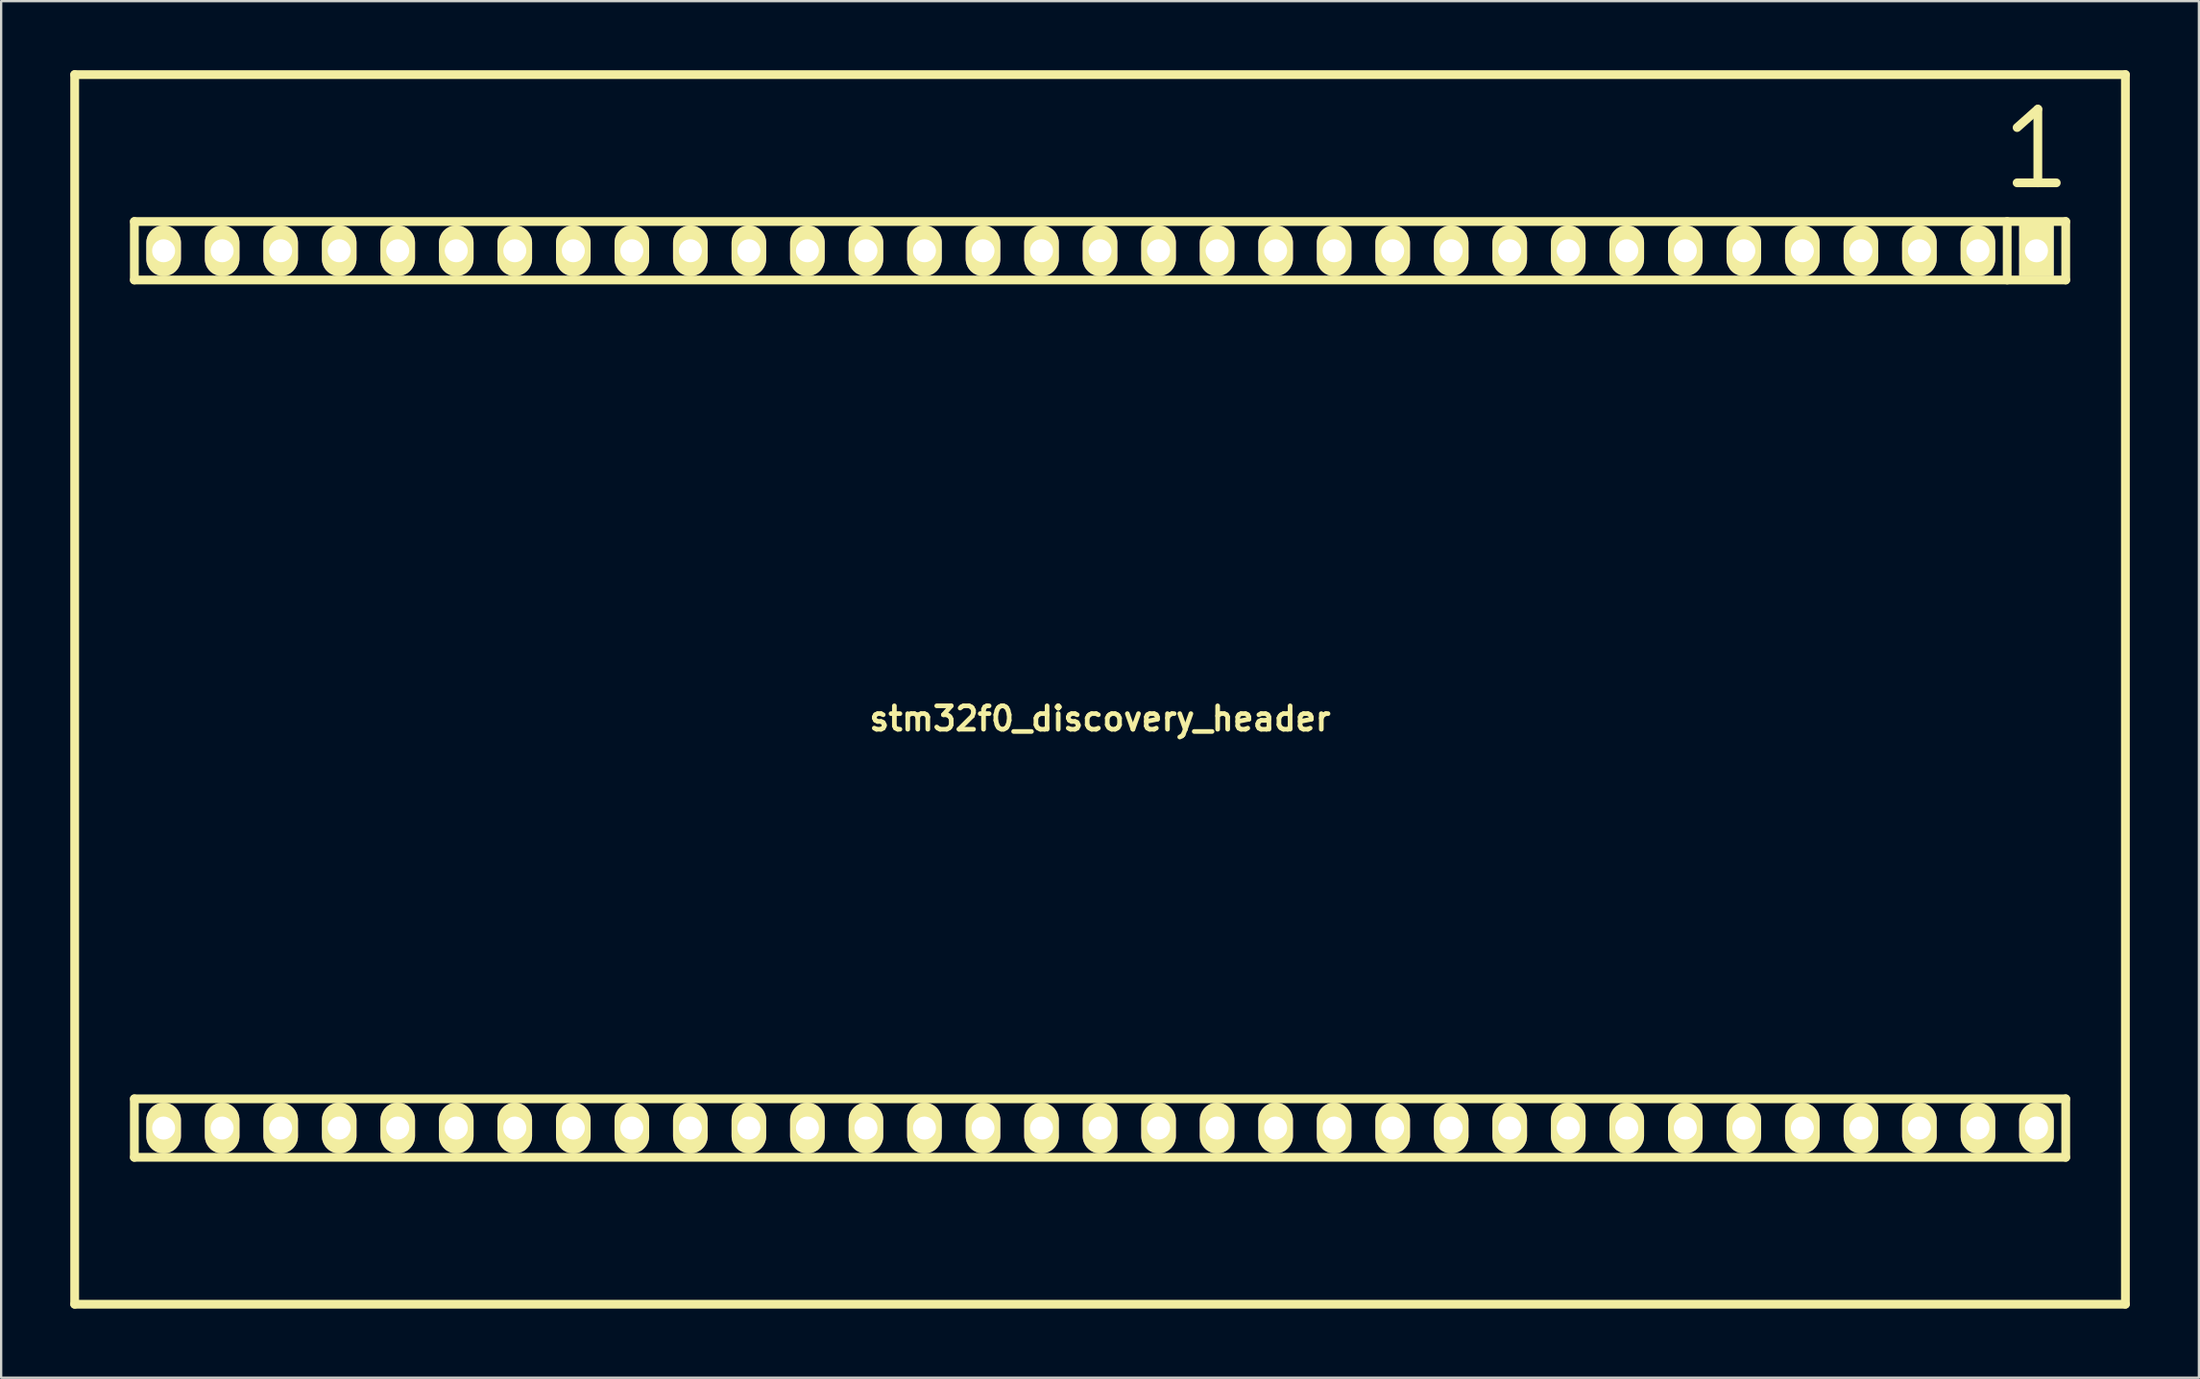
<source format=kicad_pcb>
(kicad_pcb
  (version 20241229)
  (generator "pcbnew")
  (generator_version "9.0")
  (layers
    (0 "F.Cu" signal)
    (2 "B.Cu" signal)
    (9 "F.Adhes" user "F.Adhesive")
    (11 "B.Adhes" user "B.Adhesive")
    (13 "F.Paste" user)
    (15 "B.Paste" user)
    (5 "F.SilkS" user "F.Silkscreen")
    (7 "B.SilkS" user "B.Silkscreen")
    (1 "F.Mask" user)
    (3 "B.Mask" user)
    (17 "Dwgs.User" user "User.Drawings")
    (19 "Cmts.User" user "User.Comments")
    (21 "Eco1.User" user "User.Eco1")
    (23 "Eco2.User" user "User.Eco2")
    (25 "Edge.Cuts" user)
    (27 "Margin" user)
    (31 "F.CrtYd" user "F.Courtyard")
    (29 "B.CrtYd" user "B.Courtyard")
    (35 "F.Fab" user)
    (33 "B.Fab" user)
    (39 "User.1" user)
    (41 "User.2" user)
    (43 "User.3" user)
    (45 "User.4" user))
  (footprint "stm32f0_discovery_header"
    (layer "F.Cu")
    (at 44.691 26.89)
    (property "Reference" "stm32f0_discovery_header" (at 0 1.27 0) (layer "F.SilkS") (effects (font (size 1.016 1.016) (thickness 0.203))))
    (attr through_hole)
    (fp_line (start -44.5 26.7) (end -44.5 -26.7) (stroke (width 0.381) (type solid)) (layer "F.SilkS"))
    (fp_line (start -44.5 26.7) (end 44.5 26.7) (stroke (width 0.381) (type solid)) (layer "F.SilkS"))
    (fp_line (start -41.91 -20.32) (end -41.91 -17.78) (stroke (width 0.381) (type solid)) (layer "F.SilkS"))
    (fp_line (start -41.91 -20.32) (end 41.91 -20.32) (stroke (width 0.381) (type solid)) (layer "F.SilkS"))
    (fp_line (start -41.91 -17.78) (end 41.91 -17.78) (stroke (width 0.381) (type solid)) (layer "F.SilkS"))
    (fp_line (start -41.91 17.78) (end -41.91 20.32) (stroke (width 0.381) (type solid)) (layer "F.SilkS"))
    (fp_line (start -41.91 17.78) (end 41.91 17.78) (stroke (width 0.381) (type solid)) (layer "F.SilkS"))
    (fp_line (start -41.91 20.32) (end 41.91 20.32) (stroke (width 0.381) (type solid)) (layer "F.SilkS"))
    (fp_line (start 39.37 -20.32) (end 39.37 -17.78) (stroke (width 0.381) (type solid)) (layer "F.SilkS"))
    (fp_line (start 39.8 -22) (end 41.5 -22) (stroke (width 0.381) (type solid)) (layer "F.SilkS"))
    (fp_line (start 40.7 -25.2) (end 39.8 -24.4) (stroke (width 0.381) (type solid)) (layer "F.SilkS"))
    (fp_line (start 40.7 -22) (end 40.7 -25.2) (stroke (width 0.381) (type solid)) (layer "F.SilkS"))
    (fp_line (start 41.91 -20.32) (end 41.91 -17.78) (stroke (width 0.381) (type solid)) (layer "F.SilkS"))
    (fp_line (start 41.91 17.78) (end 41.91 20.32) (stroke (width 0.381) (type solid)) (layer "F.SilkS"))
    (fp_line (start 44.5 -26.7) (end -44.5 -26.7) (stroke (width 0.381) (type solid)) (layer "F.SilkS"))
    (fp_line (start 44.5 26.7) (end 44.5 -26.7) (stroke (width 0.381) (type solid)) (layer "F.SilkS"))
    (pad "1" thru_hole rect (at 40.64 -19.05) (size 1.5 2.2) (drill 1.001) (layers "*.Cu" "*.Mask" "F.SilkS"))
    (pad "2" thru_hole oval (at 38.1 -19.05) (size 1.5 2.2) (drill 0.998) (layers "*.Cu" "*.Mask" "F.SilkS"))
    (pad "3" thru_hole oval (at 35.56 -19.05) (size 1.5 2.2) (drill 0.998) (layers "*.Cu" "*.Mask" "F.SilkS"))
    (pad "4" thru_hole oval (at 33.02 -19.05) (size 1.5 2.2) (drill 0.998) (layers "*.Cu" "*.Mask" "F.SilkS"))
    (pad "5" thru_hole oval (at 30.48 -19.05) (size 1.5 2.2) (drill 0.998) (layers "*.Cu" "*.Mask" "F.SilkS"))
    (pad "6" thru_hole oval (at 27.94 -19.05) (size 1.5 2.2) (drill 0.998) (layers "*.Cu" "*.Mask" "F.SilkS"))
    (pad "7" thru_hole oval (at 25.4 -19.05) (size 1.5 2.2) (drill 0.998) (layers "*.Cu" "*.Mask" "F.SilkS"))
    (pad "8" thru_hole oval (at 22.86 -19.05) (size 1.5 2.2) (drill 0.998) (layers "*.Cu" "*.Mask" "F.SilkS"))
    (pad "9" thru_hole oval (at 20.32 -19.05) (size 1.5 2.2) (drill 0.998) (layers "*.Cu" "*.Mask" "F.SilkS"))
    (pad "10" thru_hole oval (at 17.78 -19.05) (size 1.5 2.2) (drill 0.998) (layers "*.Cu" "*.Mask" "F.SilkS"))
    (pad "11" thru_hole oval (at 15.24 -19.05) (size 1.5 2.2) (drill 0.998) (layers "*.Cu" "*.Mask" "F.SilkS"))
    (pad "12" thru_hole oval (at 12.7 -19.05) (size 1.5 2.2) (drill 0.998) (layers "*.Cu" "*.Mask" "F.SilkS"))
    (pad "13" thru_hole oval (at 10.16 -19.05) (size 1.5 2.2) (drill 0.998) (layers "*.Cu" "*.Mask" "F.SilkS"))
    (pad "14" thru_hole oval (at 7.62 -19.05) (size 1.5 2.2) (drill 0.998) (layers "*.Cu" "*.Mask" "F.SilkS"))
    (pad "15" thru_hole oval (at 5.08 -19.05) (size 1.5 2.2) (drill 0.998) (layers "*.Cu" "*.Mask" "F.SilkS"))
    (pad "16" thru_hole oval (at 2.54 -19.05) (size 1.5 2.2) (drill 0.998) (layers "*.Cu" "*.Mask" "F.SilkS"))
    (pad "17" thru_hole oval (at 0 -19.05) (size 1.5 2.2) (drill 0.998) (layers "*.Cu" "*.Mask" "F.SilkS"))
    (pad "18" thru_hole oval (at -2.54 -19.05) (size 1.5 2.2) (drill 0.998) (layers "*.Cu" "*.Mask" "F.SilkS"))
    (pad "19" thru_hole oval (at -5.08 -19.05) (size 1.5 2.2) (drill 0.998) (layers "*.Cu" "*.Mask" "F.SilkS"))
    (pad "20" thru_hole oval (at -7.62 -19.05) (size 1.5 2.2) (drill 0.998) (layers "*.Cu" "*.Mask" "F.SilkS"))
    (pad "21" thru_hole oval (at -10.16 -19.05) (size 1.5 2.2) (drill 0.998) (layers "*.Cu" "*.Mask" "F.SilkS"))
    (pad "22" thru_hole oval (at -12.7 -19.05) (size 1.5 2.2) (drill 0.998) (layers "*.Cu" "*.Mask" "F.SilkS"))
    (pad "23" thru_hole oval (at -15.24 -19.05) (size 1.5 2.2) (drill 0.998) (layers "*.Cu" "*.Mask" "F.SilkS"))
    (pad "24" thru_hole oval (at -17.78 -19.05) (size 1.5 2.2) (drill 0.998) (layers "*.Cu" "*.Mask" "F.SilkS"))
    (pad "25" thru_hole oval (at -20.32 -19.05) (size 1.5 2.2) (drill 0.998) (layers "*.Cu" "*.Mask" "F.SilkS"))
    (pad "26" thru_hole oval (at -22.86 -19.05) (size 1.5 2.2) (drill 0.998) (layers "*.Cu" "*.Mask" "F.SilkS"))
    (pad "27" thru_hole oval (at -25.4 -19.05) (size 1.5 2.2) (drill 0.998) (layers "*.Cu" "*.Mask" "F.SilkS"))
    (pad "28" thru_hole oval (at -27.94 -19.05) (size 1.5 2.2) (drill 0.998) (layers "*.Cu" "*.Mask" "F.SilkS"))
    (pad "29" thru_hole oval (at -30.48 -19.05) (size 1.5 2.2) (drill 0.998) (layers "*.Cu" "*.Mask" "F.SilkS"))
    (pad "30" thru_hole oval (at -33.02 -19.05) (size 1.5 2.2) (drill 0.998) (layers "*.Cu" "*.Mask" "F.SilkS"))
    (pad "31" thru_hole oval (at -35.56 -19.05) (size 1.5 2.2) (drill 0.998) (layers "*.Cu" "*.Mask" "F.SilkS"))
    (pad "32" thru_hole oval (at -38.1 -19.05) (size 1.5 2.2) (drill 0.998) (layers "*.Cu" "*.Mask" "F.SilkS"))
    (pad "33" thru_hole oval (at -40.64 -19.05) (size 1.5 2.2) (drill 0.998) (layers "*.Cu" "*.Mask" "F.SilkS"))
    (pad "34" thru_hole oval (at -40.64 19.05) (size 1.5 2.2) (drill 0.998) (layers "*.Cu" "*.Mask" "F.SilkS"))
    (pad "35" thru_hole oval (at -38.1 19.05) (size 1.5 2.2) (drill 0.998) (layers "*.Cu" "*.Mask" "F.SilkS"))
    (pad "36" thru_hole oval (at -35.56 19.05) (size 1.5 2.2) (drill 0.998) (layers "*.Cu" "*.Mask" "F.SilkS"))
    (pad "37" thru_hole oval (at -33.02 19.05) (size 1.5 2.2) (drill 0.998) (layers "*.Cu" "*.Mask" "F.SilkS"))
    (pad "38" thru_hole oval (at -30.48 19.05) (size 1.5 2.2) (drill 0.998) (layers "*.Cu" "*.Mask" "F.SilkS"))
    (pad "39" thru_hole oval (at -27.94 19.05) (size 1.5 2.2) (drill 0.998) (layers "*.Cu" "*.Mask" "F.SilkS"))
    (pad "40" thru_hole oval (at -25.4 19.05) (size 1.5 2.2) (drill 0.998) (layers "*.Cu" "*.Mask" "F.SilkS"))
    (pad "41" thru_hole oval (at -22.86 19.05) (size 1.5 2.2) (drill 0.998) (layers "*.Cu" "*.Mask" "F.SilkS"))
    (pad "42" thru_hole oval (at -20.32 19.05) (size 1.5 2.2) (drill 0.998) (layers "*.Cu" "*.Mask" "F.SilkS"))
    (pad "43" thru_hole oval (at -17.78 19.05) (size 1.5 2.2) (drill 0.998) (layers "*.Cu" "*.Mask" "F.SilkS"))
    (pad "44" thru_hole oval (at -15.24 19.05) (size 1.5 2.2) (drill 0.998) (layers "*.Cu" "*.Mask" "F.SilkS"))
    (pad "45" thru_hole oval (at -12.7 19.05) (size 1.5 2.2) (drill 0.998) (layers "*.Cu" "*.Mask" "F.SilkS"))
    (pad "46" thru_hole oval (at -10.16 19.05) (size 1.5 2.2) (drill 0.998) (layers "*.Cu" "*.Mask" "F.SilkS"))
    (pad "47" thru_hole oval (at -7.62 19.05) (size 1.5 2.2) (drill 0.998) (layers "*.Cu" "*.Mask" "F.SilkS"))
    (pad "48" thru_hole oval (at -5.08 19.05) (size 1.5 2.2) (drill 0.998) (layers "*.Cu" "*.Mask" "F.SilkS"))
    (pad "49" thru_hole oval (at -2.54 19.05) (size 1.5 2.2) (drill 0.998) (layers "*.Cu" "*.Mask" "F.SilkS"))
    (pad "50" thru_hole oval (at 0 19.05) (size 1.5 2.2) (drill 0.998) (layers "*.Cu" "*.Mask" "F.SilkS"))
    (pad "51" thru_hole oval (at 2.54 19.05) (size 1.5 2.2) (drill 0.998) (layers "*.Cu" "*.Mask" "F.SilkS"))
    (pad "52" thru_hole oval (at 5.08 19.05) (size 1.5 2.2) (drill 0.998) (layers "*.Cu" "*.Mask" "F.SilkS"))
    (pad "53" thru_hole oval (at 7.62 19.05) (size 1.5 2.2) (drill 0.998) (layers "*.Cu" "*.Mask" "F.SilkS"))
    (pad "54" thru_hole oval (at 10.16 19.05) (size 1.5 2.2) (drill 0.998) (layers "*.Cu" "*.Mask" "F.SilkS"))
    (pad "55" thru_hole oval (at 12.7 19.05) (size 1.5 2.2) (drill 0.998) (layers "*.Cu" "*.Mask" "F.SilkS"))
    (pad "56" thru_hole oval (at 15.24 19.05) (size 1.5 2.2) (drill 0.998) (layers "*.Cu" "*.Mask" "F.SilkS"))
    (pad "57" thru_hole oval (at 17.78 19.05) (size 1.5 2.2) (drill 0.998) (layers "*.Cu" "*.Mask" "F.SilkS"))
    (pad "58" thru_hole oval (at 20.32 19.05) (size 1.5 2.2) (drill 0.998) (layers "*.Cu" "*.Mask" "F.SilkS"))
    (pad "59" thru_hole oval (at 22.86 19.05) (size 1.5 2.2) (drill 0.998) (layers "*.Cu" "*.Mask" "F.SilkS"))
    (pad "60" thru_hole oval (at 25.4 19.05) (size 1.5 2.2) (drill 0.998) (layers "*.Cu" "*.Mask" "F.SilkS"))
    (pad "61" thru_hole oval (at 27.94 19.05) (size 1.5 2.2) (drill 0.998) (layers "*.Cu" "*.Mask" "F.SilkS"))
    (pad "62" thru_hole oval (at 30.48 19.05) (size 1.5 2.2) (drill 0.998) (layers "*.Cu" "*.Mask" "F.SilkS"))
    (pad "63" thru_hole oval (at 33.02 19.05) (size 1.5 2.2) (drill 0.998) (layers "*.Cu" "*.Mask" "F.SilkS"))
    (pad "64" thru_hole oval (at 35.56 19.05) (size 1.5 2.2) (drill 0.998) (layers "*.Cu" "*.Mask" "F.SilkS"))
    (pad "65" thru_hole oval (at 38.1 19.05) (size 1.5 2.2) (drill 0.998) (layers "*.Cu" "*.Mask" "F.SilkS"))
    (pad "66" thru_hole oval (at 40.64 19.05) (size 1.5 2.2) (drill 1.001) (layers "*.Cu" "*.Mask" "F.SilkS")))
  (gr_rect
    (start -3 -3)
    (end 92.381 56.781)
    (stroke (width 0.1) (type default))
    (fill no)
    (layer "Edge.Cuts")))
</source>
